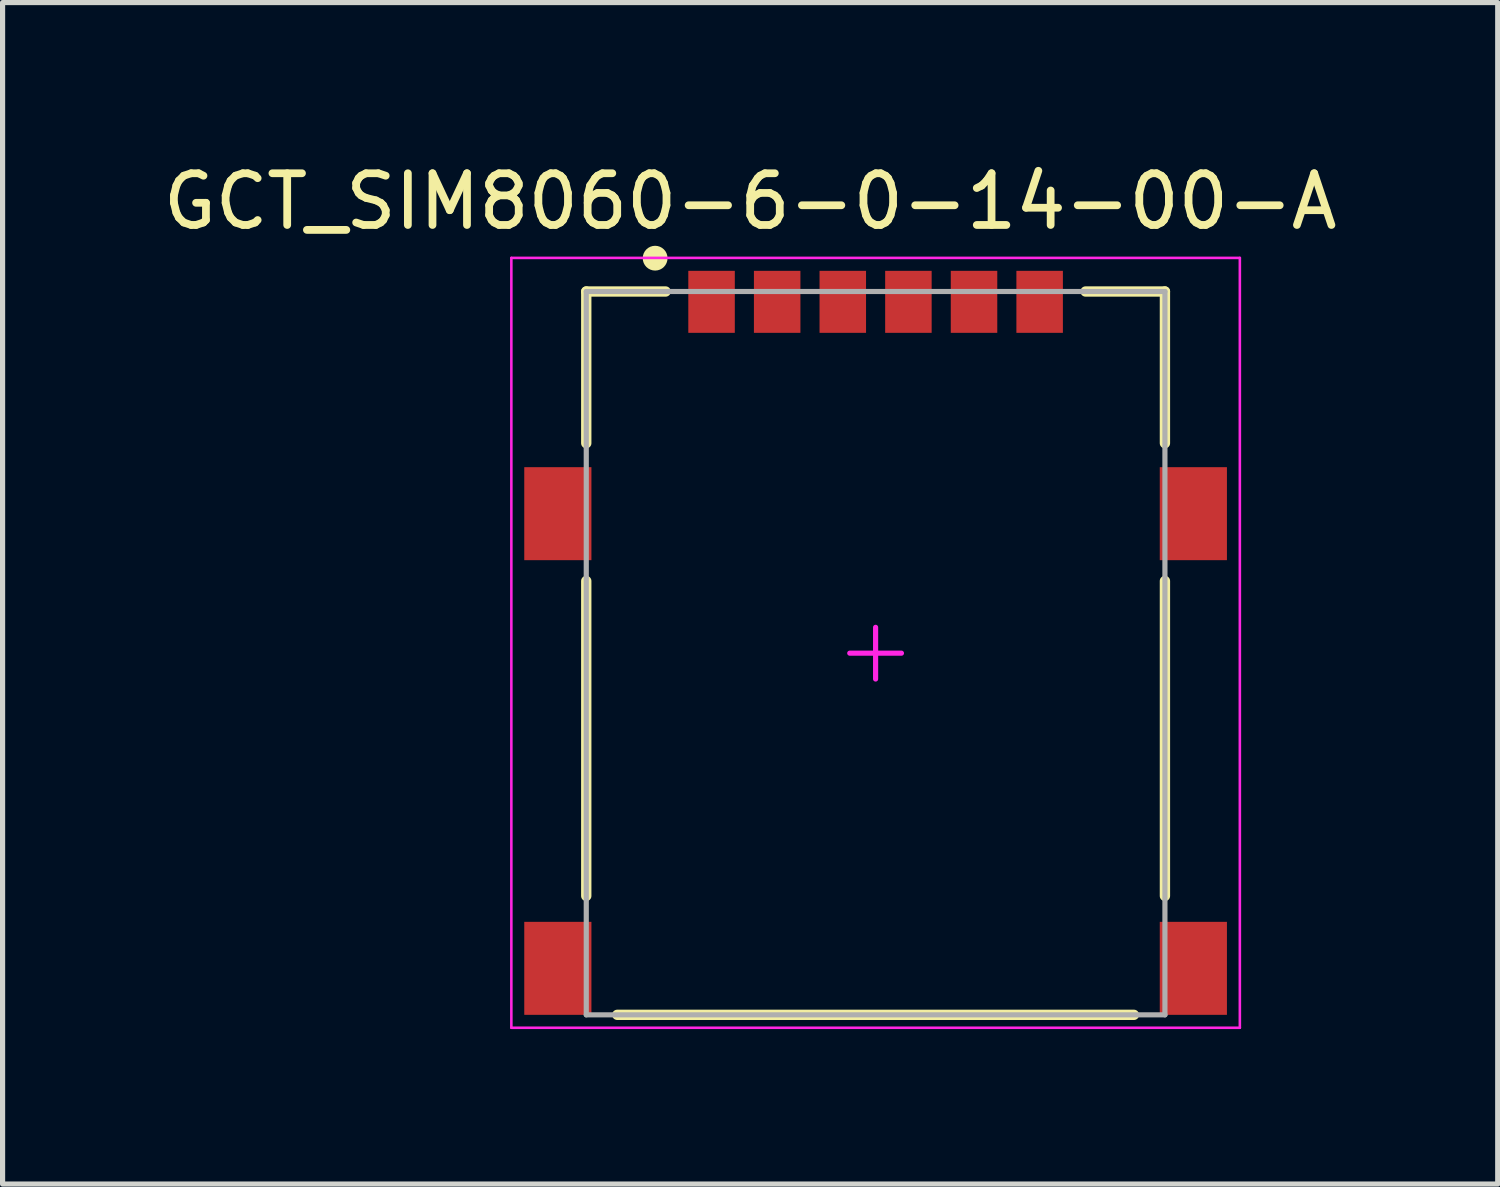
<source format=kicad_pcb>
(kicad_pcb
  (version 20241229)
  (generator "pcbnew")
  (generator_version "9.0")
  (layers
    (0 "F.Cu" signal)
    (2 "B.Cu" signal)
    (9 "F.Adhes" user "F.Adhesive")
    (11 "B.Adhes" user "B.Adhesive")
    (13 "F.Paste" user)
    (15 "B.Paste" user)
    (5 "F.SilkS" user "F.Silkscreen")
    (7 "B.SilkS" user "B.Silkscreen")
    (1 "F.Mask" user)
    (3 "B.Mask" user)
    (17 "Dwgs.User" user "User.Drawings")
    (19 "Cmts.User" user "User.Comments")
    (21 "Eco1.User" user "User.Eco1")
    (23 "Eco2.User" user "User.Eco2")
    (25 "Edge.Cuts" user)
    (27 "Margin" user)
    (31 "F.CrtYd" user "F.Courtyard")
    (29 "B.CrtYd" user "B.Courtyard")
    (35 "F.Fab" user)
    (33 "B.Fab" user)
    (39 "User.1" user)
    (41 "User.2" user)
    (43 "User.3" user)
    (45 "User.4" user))
  (footprint "GCT_SIM8060-6-0-14-00-A"
    (layer "F.Cu")
    (at 13.897 9.592)
    (property "Reference" "GCT_SIM8060-6-0-14-00-A" (at -2.427 -8.743 0) (layer "F.SilkS") (effects (font (size 1.001 1.001) (thickness 0.15))))
    (attr through_hole)
    (fp_line (start -5.6 -7) (end -4.064 -7) (stroke (width 0.2) (type solid)) (layer "F.SilkS"))
    (fp_line (start -5.6 -4.064) (end -5.6 -7) (stroke (width 0.2) (type solid)) (layer "F.SilkS"))
    (fp_line (start -5.6 -1.397) (end -5.6 4.699) (stroke (width 0.2) (type solid)) (layer "F.SilkS"))
    (fp_line (start -5 7) (end 5 7) (stroke (width 0.2) (type solid)) (layer "F.SilkS"))
    (fp_line (start 4.064 -7) (end 5.6 -7) (stroke (width 0.2) (type solid)) (layer "F.SilkS"))
    (fp_line (start 5.6 -7) (end 5.6 -4.064) (stroke (width 0.2) (type solid)) (layer "F.SilkS"))
    (fp_line (start 5.6 4.699) (end 5.6 -1.397) (stroke (width 0.2) (type solid)) (layer "F.SilkS"))
    (fp_circle (center -4.267 -7.645) (end -4.147 -7.645) (stroke (width 0.24) (type solid)) (fill no) (layer "F.SilkS"))
    (fp_line (start -7.05 -7.65) (end 7.05 -7.65) (stroke (width 0.05) (type solid)) (layer "F.CrtYd"))
    (fp_line (start -7.05 7.25) (end -7.05 -7.65) (stroke (width 0.05) (type solid)) (layer "F.CrtYd"))
    (fp_line (start -0.5 0) (end 0.5 0) (stroke (width 0.1) (type solid)) (layer "F.CrtYd"))
    (fp_line (start 0 -0.5) (end 0 0.5) (stroke (width 0.1) (type solid)) (layer "F.CrtYd"))
    (fp_line (start 7.05 -7.65) (end 7.05 7.25) (stroke (width 0.05) (type solid)) (layer "F.CrtYd"))
    (fp_line (start 7.05 7.25) (end -7.05 7.25) (stroke (width 0.05) (type solid)) (layer "F.CrtYd"))
    (fp_line (start -5.6 -7) (end 5.6 -7) (stroke (width 0.1) (type solid)) (layer "F.Fab"))
    (fp_line (start -5.6 7) (end -5.6 -7) (stroke (width 0.1) (type solid)) (layer "F.Fab"))
    (fp_line (start 5.6 -7) (end 5.6 7) (stroke (width 0.1) (type solid)) (layer "F.Fab"))
    (fp_line (start 5.6 7) (end -5.6 7) (stroke (width 0.1) (type solid)) (layer "F.Fab"))
    (pad "C1" smd rect (at -3.175 -6.8) (size 0.9 1.2) (layers "F.Cu" "F.Mask" "F.Paste"))
    (pad "C2" smd rect (at -0.635 -6.8) (size 0.9 1.2) (layers "F.Cu" "F.Mask" "F.Paste"))
    (pad "C3" smd rect (at 1.905 -6.8) (size 0.9 1.2) (layers "F.Cu" "F.Mask" "F.Paste"))
    (pad "C5" smd rect (at -1.905 -6.8) (size 0.9 1.2) (layers "F.Cu" "F.Mask" "F.Paste"))
    (pad "C6" smd rect (at 0.635 -6.8) (size 0.9 1.2) (layers "F.Cu" "F.Mask" "F.Paste"))
    (pad "C7" smd rect (at 3.175 -6.8) (size 0.9 1.2) (layers "F.Cu" "F.Mask" "F.Paste"))
    (pad "S1" smd rect (at -6.15 -2.7) (size 1.3 1.8) (layers "F.Cu" "F.Mask" "F.Paste"))
    (pad "S2" smd rect (at 6.15 -2.7) (size 1.3 1.8) (layers "F.Cu" "F.Mask" "F.Paste"))
    (pad "S3" smd rect (at 6.15 6.1) (size 1.3 1.8) (layers "F.Cu" "F.Mask" "F.Paste"))
    (pad "S4" smd rect (at -6.15 6.1) (size 1.3 1.8) (layers "F.Cu" "F.Mask" "F.Paste"))
    (zone (net_name "") (layer "F.Cu") (hatch full 0.508) (connect_pads) (min_thickness 0.01) (filled_areas_thickness no) (keepout (tracks not_allowed) (vias not_allowed) (pads not_allowed) (copperpour not_allowed) (footprints allowed)) (placement (enabled no)) (fill) (polygon (pts (xy 9.967 12.192) (xy 12.407 12.192) (xy 12.407 15.892) (xy 9.967 15.892))))
    (zone (net_name "") (layer "F.Cu") (hatch full 0.508) (connect_pads) (min_thickness 0.01) (filled_areas_thickness no) (keepout (tracks not_allowed) (vias not_allowed) (pads not_allowed) (copperpour not_allowed) (footprints allowed)) (placement (enabled no)) (fill) (polygon (pts (xy 10.537 5.172) (xy 11.837 5.172) (xy 11.837 8.872) (xy 10.537 8.872))))
    (zone (net_name "") (layer "F.Cu") (hatch full 0.508) (connect_pads) (min_thickness 0.01) (filled_areas_thickness no) (keepout (tracks not_allowed) (vias not_allowed) (pads not_allowed) (copperpour not_allowed) (footprints allowed)) (placement (enabled no)) (fill) (polygon (pts (xy 13.247 5.172) (xy 14.547 5.172) (xy 14.547 8.872) (xy 13.247 8.872))))
    (zone (net_name "") (layer "F.Cu") (hatch full 0.508) (connect_pads) (min_thickness 0.01) (filled_areas_thickness no) (keepout (tracks not_allowed) (vias not_allowed) (pads not_allowed) (copperpour not_allowed) (footprints allowed)) (placement (enabled no)) (fill) (polygon (pts (xy 13.247 12.192) (xy 14.547 12.192) (xy 14.547 15.892) (xy 13.247 15.892))))
    (zone (net_name "") (layer "F.Cu") (hatch full 0.508) (connect_pads) (min_thickness 0.01) (filled_areas_thickness no) (keepout (tracks not_allowed) (vias not_allowed) (pads not_allowed) (copperpour not_allowed) (footprints allowed)) (placement (enabled no)) (fill) (polygon (pts (xy 15.787 5.172) (xy 17.087 5.172) (xy 17.087 8.872) (xy 15.787 8.872))))
    (zone (net_name "") (layer "F.Cu") (hatch full 0.508) (connect_pads) (min_thickness 0.01) (filled_areas_thickness no) (keepout (tracks not_allowed) (vias not_allowed) (pads not_allowed) (copperpour not_allowed) (footprints allowed)) (placement (enabled no)) (fill) (polygon (pts (xy 15.787 12.192) (xy 17.087 12.192) (xy 17.087 15.892) (xy 15.787 15.892))))
    (zone (net_name "") (layers "F.Cu" "B.Cu") (hatch full 0.508) (connect_pads) (min_thickness 0.01) (filled_areas_thickness no) (keepout (tracks allowed) (vias not_allowed) (pads allowed) (copperpour allowed) (footprints allowed)) (placement (enabled no)) (fill) (polygon (pts (xy 9.967 12.192) (xy 12.407 12.192) (xy 12.407 15.892) (xy 9.967 15.892))))
    (zone (net_name "") (layers "F.Cu" "B.Cu") (hatch full 0.508) (connect_pads) (min_thickness 0.01) (filled_areas_thickness no) (keepout (tracks allowed) (vias not_allowed) (pads allowed) (copperpour allowed) (footprints allowed)) (placement (enabled no)) (fill) (polygon (pts (xy 10.537 5.172) (xy 11.837 5.172) (xy 11.837 8.872) (xy 10.537 8.872))))
    (zone (net_name "") (layers "F.Cu" "B.Cu") (hatch full 0.508) (connect_pads) (min_thickness 0.01) (filled_areas_thickness no) (keepout (tracks allowed) (vias not_allowed) (pads allowed) (copperpour allowed) (footprints allowed)) (placement (enabled no)) (fill) (polygon (pts (xy 13.247 5.172) (xy 14.547 5.172) (xy 14.547 8.872) (xy 13.247 8.872))))
    (zone (net_name "") (layers "F.Cu" "B.Cu") (hatch full 0.508) (connect_pads) (min_thickness 0.01) (filled_areas_thickness no) (keepout (tracks allowed) (vias not_allowed) (pads allowed) (copperpour allowed) (footprints allowed)) (placement (enabled no)) (fill) (polygon (pts (xy 13.247 12.192) (xy 14.547 12.192) (xy 14.547 15.892) (xy 13.247 15.892))))
    (zone (net_name "") (layers "F.Cu" "B.Cu") (hatch full 0.508) (connect_pads) (min_thickness 0.01) (filled_areas_thickness no) (keepout (tracks allowed) (vias not_allowed) (pads allowed) (copperpour allowed) (footprints allowed)) (placement (enabled no)) (fill) (polygon (pts (xy 15.787 5.172) (xy 17.087 5.172) (xy 17.087 8.872) (xy 15.787 8.872))))
    (zone (net_name "") (layers "F.Cu" "B.Cu") (hatch full 0.508) (connect_pads) (min_thickness 0.01) (filled_areas_thickness no) (keepout (tracks allowed) (vias not_allowed) (pads allowed) (copperpour allowed) (footprints allowed)) (placement (enabled no)) (fill) (polygon (pts (xy 15.787 12.192) (xy 17.087 12.192) (xy 17.087 15.892) (xy 15.787 15.892)))))
  (gr_rect
    (start -3 -3)
    (end 25.938 19.867)
    (stroke (width 0.1) (type default))
    (fill no)
    (layer "Edge.Cuts")))
</source>
